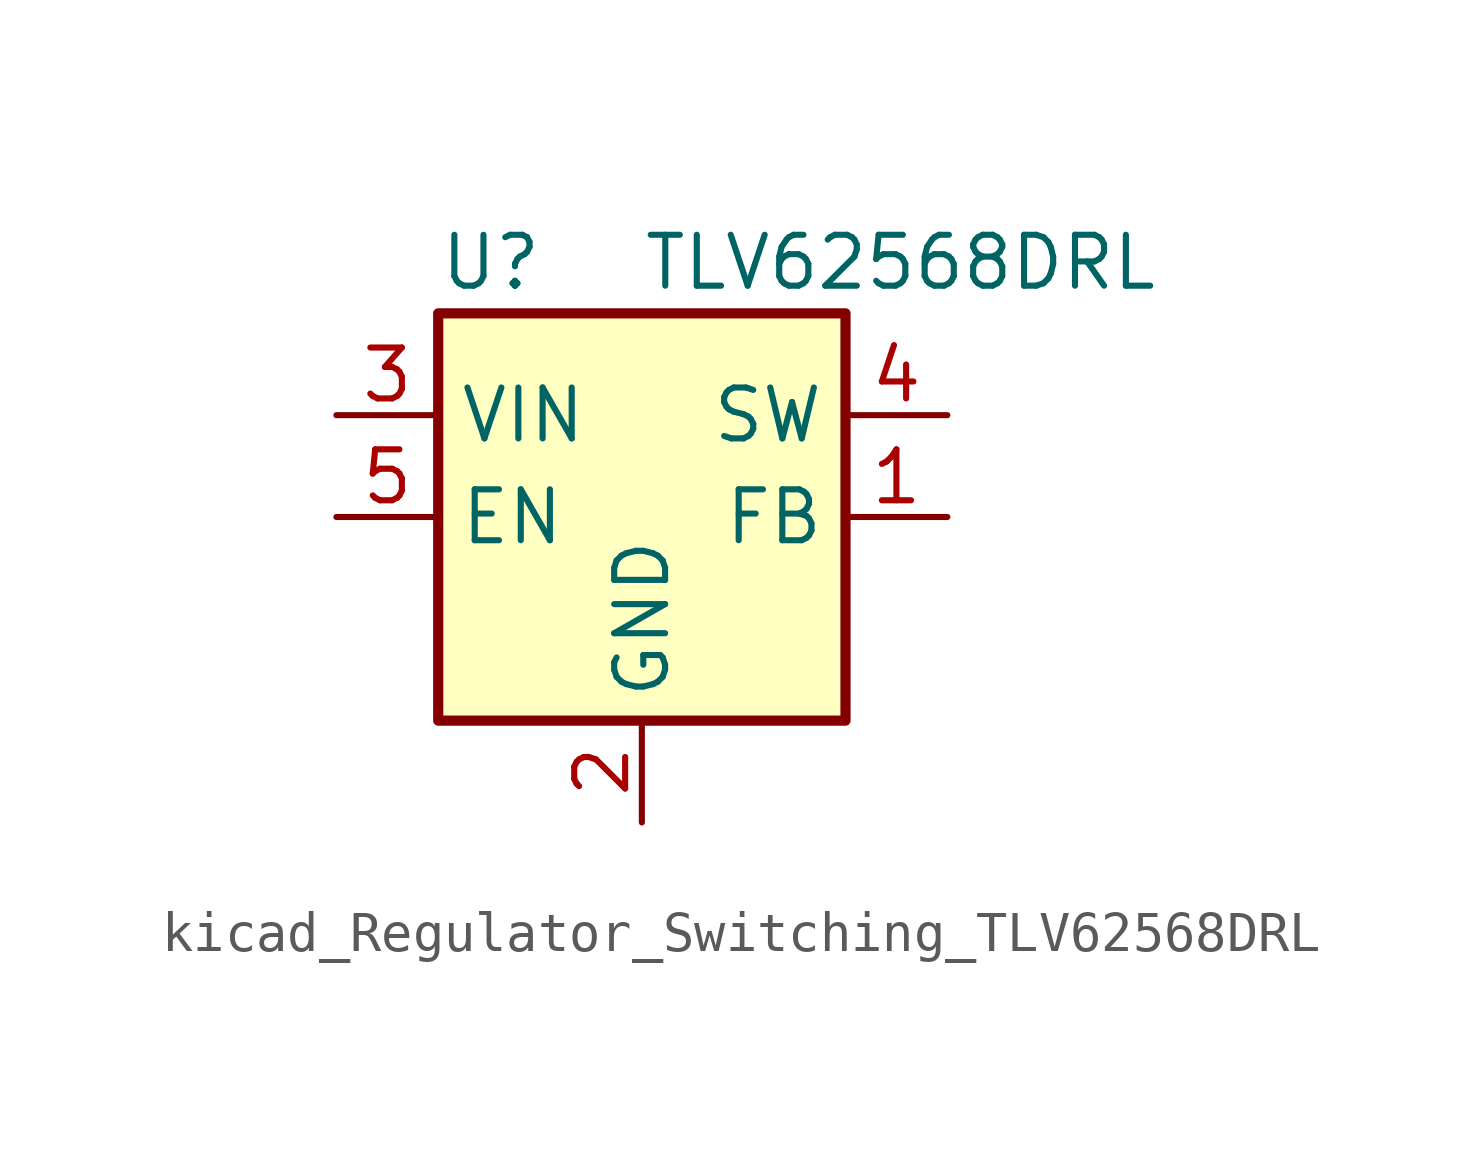
<source format=kicad_sym>
(kicad_symbol_lib
  (version 20220914)
  (generator kicad_symbol_editor)
  (symbol "kicad_Regulator_Switching_TLV62568DRL"
    (property "Reference" "U"
      (at -5.08 6.35 0)
      (effects (font (size 1.27 1.27)) (justify left)))
    (property "Value" "TLV62568DRL"
      (at 0 6.35 0)
      (effects (font (size 1.27 1.27)) (justify left)))
    (symbol "kicad_Regulator_Switching_TLV62568DRL_0_1"
      (rectangle (start -5.08 5.08) (end 5.08 -5.08) (stroke (width 0.254) (type default)) (fill (type background))))
    (symbol "kicad_Regulator_Switching_TLV62568DRL_1_1"
      (pin input line (at 7.62 0 180) (length 2.54) (name "FB" (effects (font (size 1.27 1.27)))) (number "1" (effects (font (size 1.27 1.27)))))
      (pin power_in line (at 0 -7.62 90) (length 2.54) (name "GND" (effects (font (size 1.27 1.27)))) (number "2" (effects (font (size 1.27 1.27)))))
      (pin power_in line (at -7.62 2.54 0) (length 2.54) (name "VIN" (effects (font (size 1.27 1.27)))) (number "3" (effects (font (size 1.27 1.27)))))
      (pin power_out line (at 7.62 2.54 180) (length 2.54) (name "SW" (effects (font (size 1.27 1.27)))) (number "4" (effects (font (size 1.27 1.27)))))
      (pin input line (at -7.62 0 0) (length 2.54) (name "EN" (effects (font (size 1.27 1.27)))) (number "5" (effects (font (size 1.27 1.27)))))
      (pin no_connect line (at 5.08 -2.54 180) (length 2.54) hide (name "NC" (effects (font (size 1.27 1.27)))) (number "6" (effects (font (size 1.27 1.27))))))))
</source>
